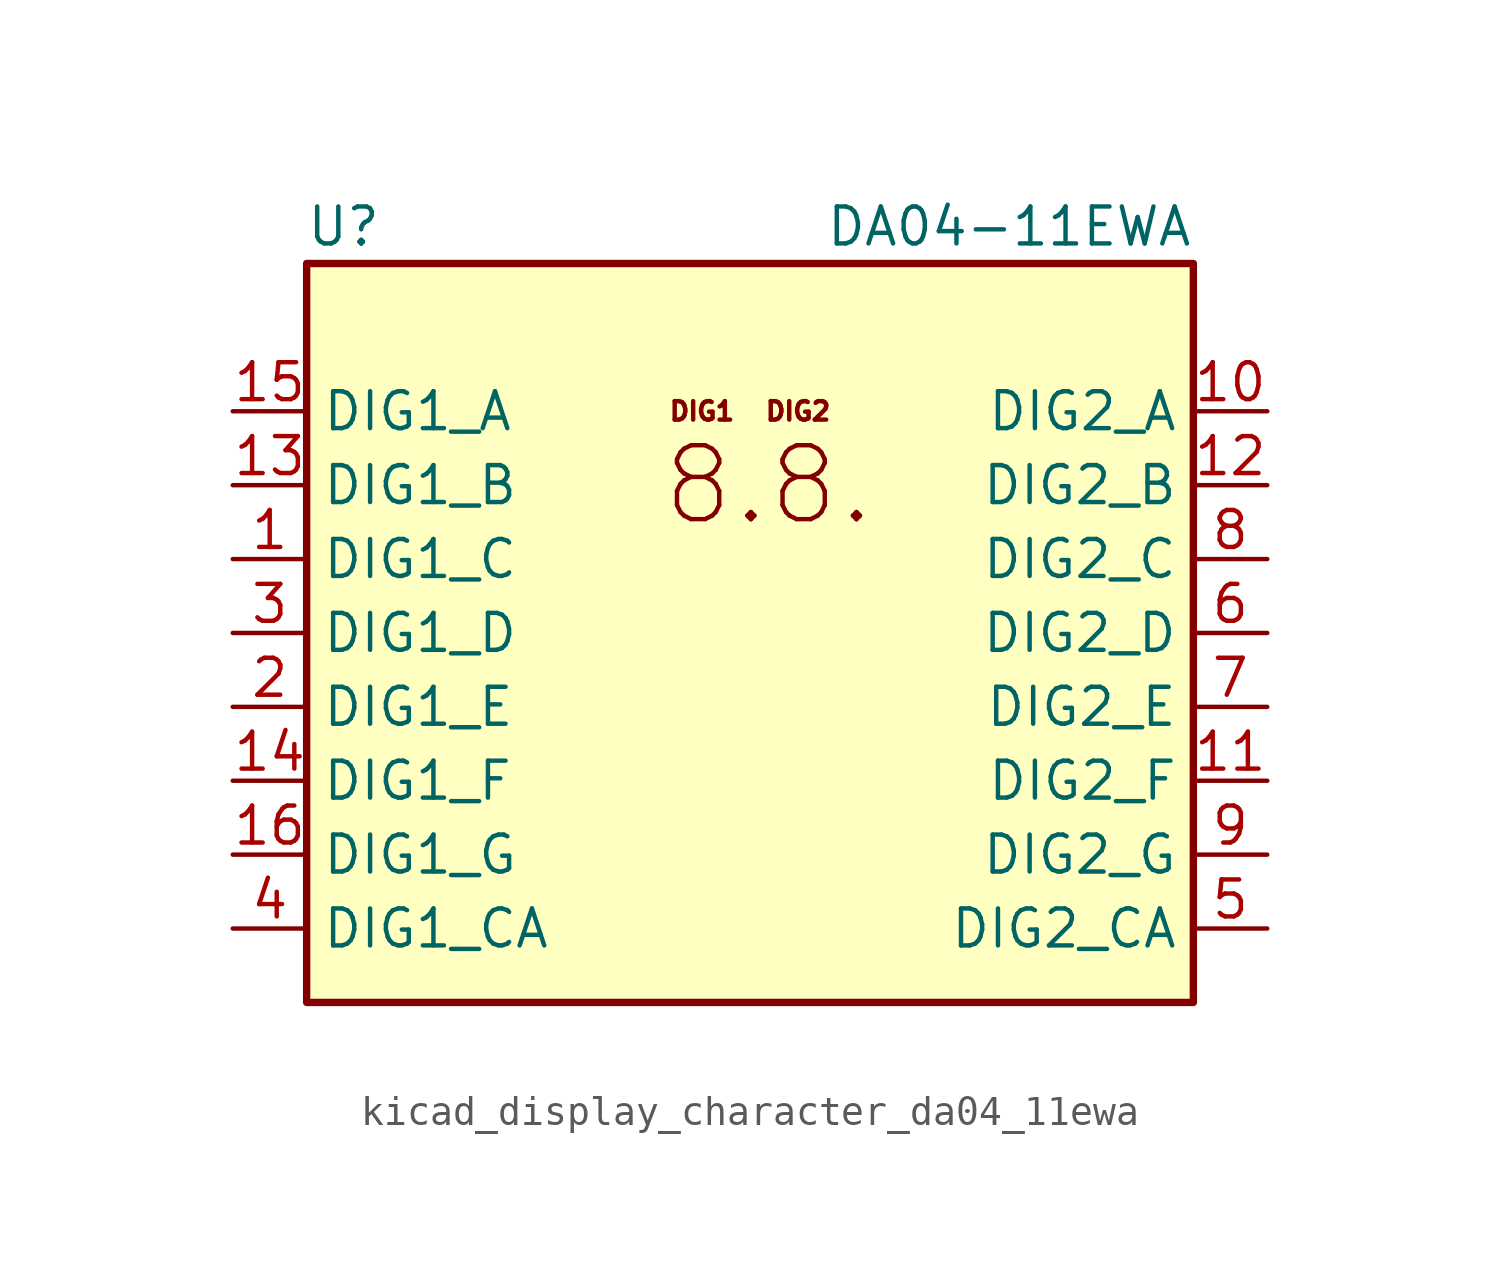
<source format=kicad_sym>
(kicad_symbol_lib
  (version 20220914)
  (generator kicad_symbol_editor)
  (symbol "kicad_display_character_da04_11ewa"
    (property "Reference" "U"
      (at -13.97 13.97 0)
      (effects (font (size 1.27 1.27))))
    (property "Value" "DA04-11EWA"
      (at 15.24 13.97 0)
      (effects (font (size 1.27 1.27)) (justify right)))
    (symbol "kicad_display_character_da04_11ewa_0_0"
      (text "8.8." (at 0.635 5.08 0) (effects (font (size 2.54 2.54))))
      (text "DIG1" (at -1.651 7.62 0) (effects (font (size 0.635 0.635))))
      (text "DIG2" (at 1.651 7.62 0) (effects (font (size 0.635 0.635)))))
    (symbol "kicad_display_character_da04_11ewa_0_1"
      (rectangle (start -15.24 12.7) (end 15.24 -12.7) (stroke (width 0.254) (type default)) (fill (type background))))
    (symbol "kicad_display_character_da04_11ewa_1_1"
      (pin input line (at -17.78 2.54 0) (length 2.54) (name "DIG1_C" (effects (font (size 1.27 1.27)))) (number "1" (effects (font (size 1.27 1.27)))))
      (pin input line (at 17.78 7.62 180) (length 2.54) (name "DIG2_A" (effects (font (size 1.27 1.27)))) (number "10" (effects (font (size 1.27 1.27)))))
      (pin input line (at 17.78 -5.08 180) (length 2.54) (name "DIG2_F" (effects (font (size 1.27 1.27)))) (number "11" (effects (font (size 1.27 1.27)))))
      (pin input line (at 17.78 5.08 180) (length 2.54) (name "DIG2_B" (effects (font (size 1.27 1.27)))) (number "12" (effects (font (size 1.27 1.27)))))
      (pin input line (at -17.78 5.08 0) (length 2.54) (name "DIG1_B" (effects (font (size 1.27 1.27)))) (number "13" (effects (font (size 1.27 1.27)))))
      (pin input line (at -17.78 -5.08 0) (length 2.54) (name "DIG1_F" (effects (font (size 1.27 1.27)))) (number "14" (effects (font (size 1.27 1.27)))))
      (pin input line (at -17.78 7.62 0) (length 2.54) (name "DIG1_A" (effects (font (size 1.27 1.27)))) (number "15" (effects (font (size 1.27 1.27)))))
      (pin input line (at -17.78 -7.62 0) (length 2.54) (name "DIG1_G" (effects (font (size 1.27 1.27)))) (number "16" (effects (font (size 1.27 1.27)))))
      (pin input line (at -17.78 -2.54 0) (length 2.54) (name "DIG1_E" (effects (font (size 1.27 1.27)))) (number "2" (effects (font (size 1.27 1.27)))))
      (pin input line (at -17.78 0 0) (length 2.54) (name "DIG1_D" (effects (font (size 1.27 1.27)))) (number "3" (effects (font (size 1.27 1.27)))))
      (pin input line (at -17.78 -10.16 0) (length 2.54) (name "DIG1_CA" (effects (font (size 1.27 1.27)))) (number "4" (effects (font (size 1.27 1.27)))))
      (pin input line (at 17.78 -10.16 180) (length 2.54) (name "DIG2_CA" (effects (font (size 1.27 1.27)))) (number "5" (effects (font (size 1.27 1.27)))))
      (pin input line (at 17.78 0 180) (length 2.54) (name "DIG2_D" (effects (font (size 1.27 1.27)))) (number "6" (effects (font (size 1.27 1.27)))))
      (pin input line (at 17.78 -2.54 180) (length 2.54) (name "DIG2_E" (effects (font (size 1.27 1.27)))) (number "7" (effects (font (size 1.27 1.27)))))
      (pin input line (at 17.78 2.54 180) (length 2.54) (name "DIG2_C" (effects (font (size 1.27 1.27)))) (number "8" (effects (font (size 1.27 1.27)))))
      (pin input line (at 17.78 -7.62 180) (length 2.54) (name "DIG2_G" (effects (font (size 1.27 1.27)))) (number "9" (effects (font (size 1.27 1.27))))))))
</source>
